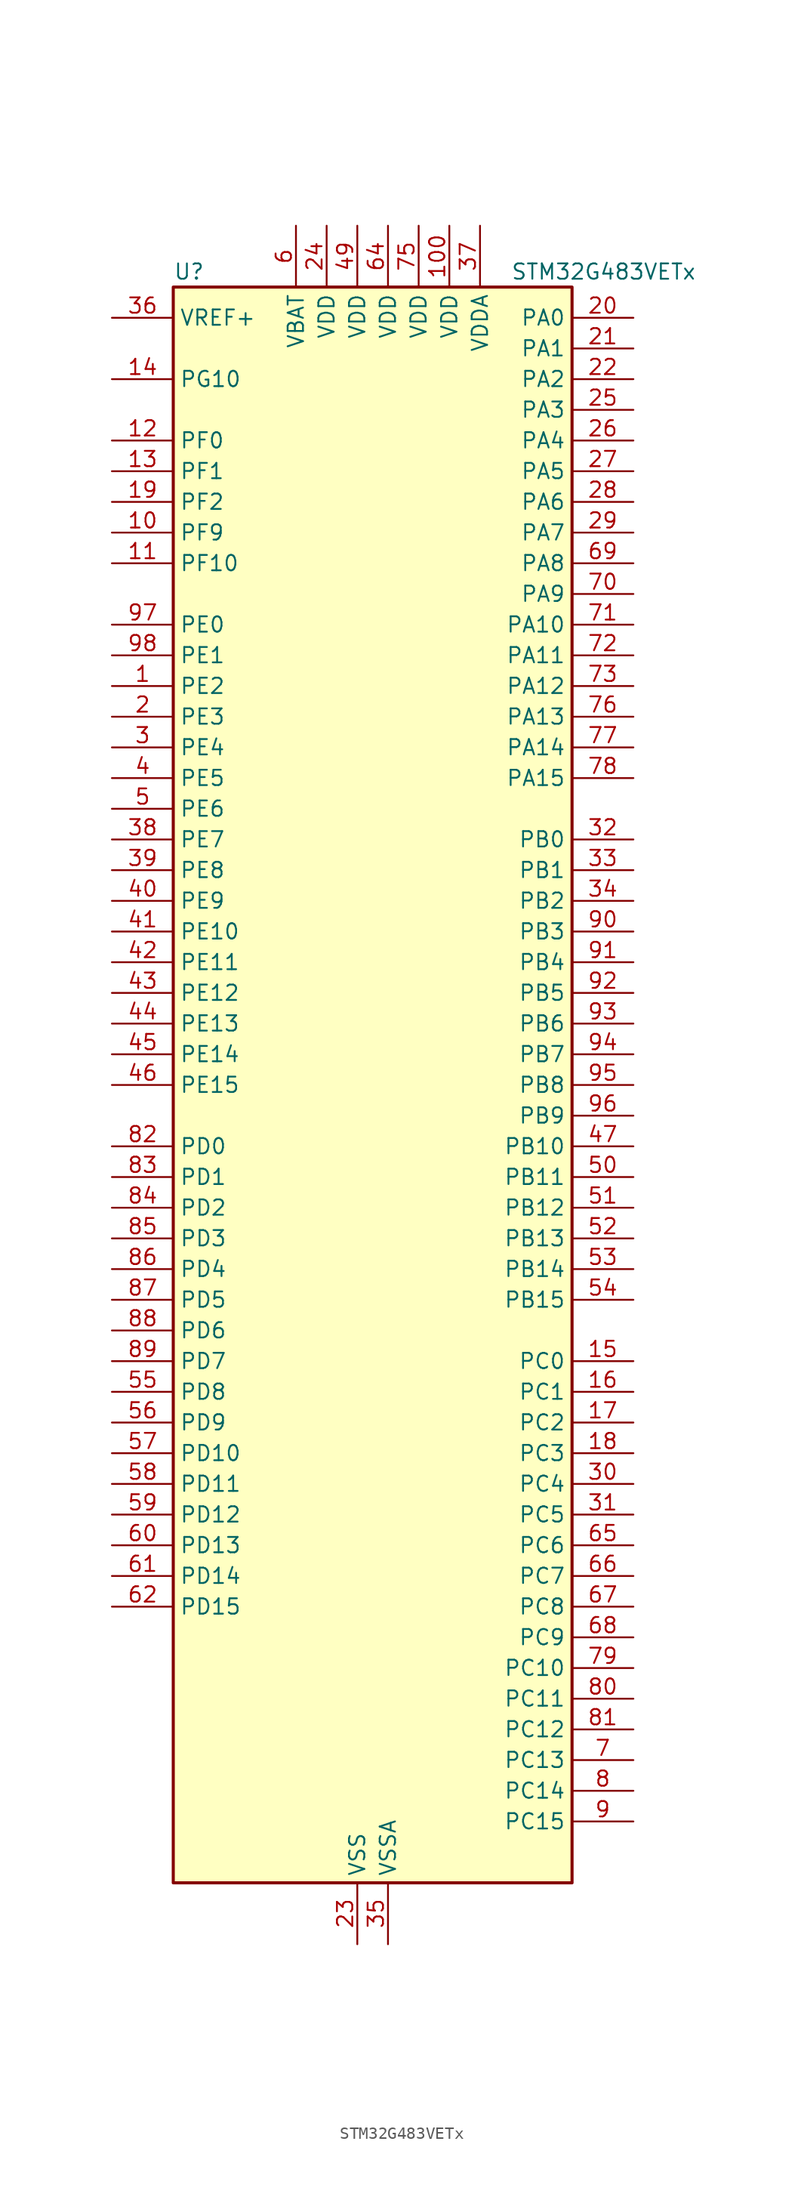
<source format=kicad_sym>
(kicad_symbol_lib
  (version 20220914)
  (generator kicad_symbol_editor)
  (symbol "STM32G483VETx"
    (property "Reference" "U"
      (at -15.24 67.31 0)
      (effects (font (size 1.27 1.27)) (justify left)))
    (property "Value" "STM32G483VETx"
      (at 12.7 67.31 0)
      (effects (font (size 1.27 1.27)) (justify left)))
    (property "ki_locked" ""
      (at 0 0 0)
      (effects (font (size 1.27 1.27))))
    (symbol "STM32G483VETx_0_1"
      (rectangle (start -15.24 -66.04) (end 17.78 66.04) (stroke (width 0.254) (type default)) (fill (type background))))
    (symbol "STM32G483VETx_1_1"
      (pin bidirectional line (at -20.32 33.02 0) (length 5.08) (name "PE2" (effects (font (size 1.27 1.27)))) (number "1" (effects (font (size 1.27 1.27)))) (alternate "ADC3_EXTI2" bidirectional line) (alternate "ADC4_EXTI2" bidirectional line) (alternate "ADC5_EXTI2" bidirectional line) (alternate "FMC_A23" bidirectional line) (alternate "SAI1_CK1" bidirectional line) (alternate "SAI1_MCLK_A" bidirectional line) (alternate "SPI4_SCK" bidirectional line) (alternate "SYS_TRACECLK" bidirectional line) (alternate "TIM20_CH1" bidirectional line) (alternate "TIM3_CH1" bidirectional line))
      (pin bidirectional line (at -20.32 45.72 0) (length 5.08) (name "PF9" (effects (font (size 1.27 1.27)))) (number "10" (effects (font (size 1.27 1.27)))) (alternate "DAC1_EXTI9" bidirectional line) (alternate "DAC2_EXTI9" bidirectional line) (alternate "DAC3_EXTI9" bidirectional line) (alternate "DAC4_EXTI9" bidirectional line) (alternate "FMC_A25" bidirectional line) (alternate "QUADSPI1_BK1_IO1" bidirectional line) (alternate "SAI1_FS_B" bidirectional line) (alternate "SPI2_SCK" bidirectional line) (alternate "TIM15_CH1" bidirectional line) (alternate "TIM20_BKIN" bidirectional line) (alternate "TIM5_CH4" bidirectional line))
      (pin power_in line (at 7.62 71.12 270) (length 5.08) (name "VDD" (effects (font (size 1.27 1.27)))) (number "100" (effects (font (size 1.27 1.27)))))
      (pin bidirectional line (at -20.32 43.18 0) (length 5.08) (name "PF10" (effects (font (size 1.27 1.27)))) (number "11" (effects (font (size 1.27 1.27)))) (alternate "DAC1_EXTI10" bidirectional line) (alternate "DAC2_EXTI10" bidirectional line) (alternate "DAC3_EXTI10" bidirectional line) (alternate "DAC4_EXTI10" bidirectional line) (alternate "FMC_A0" bidirectional line) (alternate "QUADSPI1_CLK" bidirectional line) (alternate "SAI1_D3" bidirectional line) (alternate "SPI2_SCK" bidirectional line) (alternate "TIM15_CH2" bidirectional line) (alternate "TIM20_BKIN2" bidirectional line))
      (pin bidirectional line (at -20.32 53.34 0) (length 5.08) (name "PF0" (effects (font (size 1.27 1.27)))) (number "12" (effects (font (size 1.27 1.27)))) (alternate "ADC1_IN10" bidirectional line) (alternate "I2C2_SDA" bidirectional line) (alternate "I2S2_WS" bidirectional line) (alternate "RCC_OSC_IN" bidirectional line) (alternate "SPI2_NSS" bidirectional line) (alternate "TIM1_CH3N" bidirectional line))
      (pin bidirectional line (at -20.32 50.8 0) (length 5.08) (name "PF1" (effects (font (size 1.27 1.27)))) (number "13" (effects (font (size 1.27 1.27)))) (alternate "ADC2_IN10" bidirectional line) (alternate "COMP3_INM" bidirectional line) (alternate "I2S2_CK" bidirectional line) (alternate "RCC_OSC_OUT" bidirectional line) (alternate "SPI2_SCK" bidirectional line))
      (pin bidirectional line (at -20.32 58.42 0) (length 5.08) (name "PG10" (effects (font (size 1.27 1.27)))) (number "14" (effects (font (size 1.27 1.27)))) (alternate "DAC1_EXTI10" bidirectional line) (alternate "DAC2_EXTI10" bidirectional line) (alternate "DAC3_EXTI10" bidirectional line) (alternate "DAC4_EXTI10" bidirectional line) (alternate "RCC_MCO" bidirectional line))
      (pin bidirectional line (at 22.86 -22.86 180) (length 5.08) (name "PC0" (effects (font (size 1.27 1.27)))) (number "15" (effects (font (size 1.27 1.27)))) (alternate "ADC1_IN6" bidirectional line) (alternate "ADC2_IN6" bidirectional line) (alternate "COMP3_INM" bidirectional line) (alternate "LPTIM1_IN1" bidirectional line) (alternate "LPUART1_RX" bidirectional line) (alternate "TIM1_CH1" bidirectional line))
      (pin bidirectional line (at 22.86 -25.4 180) (length 5.08) (name "PC1" (effects (font (size 1.27 1.27)))) (number "16" (effects (font (size 1.27 1.27)))) (alternate "ADC1_IN7" bidirectional line) (alternate "ADC2_IN7" bidirectional line) (alternate "COMP3_INP" bidirectional line) (alternate "LPTIM1_OUT" bidirectional line) (alternate "LPUART1_TX" bidirectional line) (alternate "QUADSPI1_BK2_IO0" bidirectional line) (alternate "SAI1_SD_A" bidirectional line) (alternate "TIM1_CH2" bidirectional line))
      (pin bidirectional line (at 22.86 -27.94 180) (length 5.08) (name "PC2" (effects (font (size 1.27 1.27)))) (number "17" (effects (font (size 1.27 1.27)))) (alternate "ADC1_IN8" bidirectional line) (alternate "ADC2_IN8" bidirectional line) (alternate "ADC3_EXTI2" bidirectional line) (alternate "ADC4_EXTI2" bidirectional line) (alternate "ADC5_EXTI2" bidirectional line) (alternate "COMP3_OUT" bidirectional line) (alternate "LPTIM1_IN2" bidirectional line) (alternate "QUADSPI1_BK2_IO1" bidirectional line) (alternate "TIM1_CH3" bidirectional line) (alternate "TIM20_CH2" bidirectional line))
      (pin bidirectional line (at 22.86 -30.48 180) (length 5.08) (name "PC3" (effects (font (size 1.27 1.27)))) (number "18" (effects (font (size 1.27 1.27)))) (alternate "ADC1_IN9" bidirectional line) (alternate "ADC2_IN9" bidirectional line) (alternate "ADC3_EXTI3" bidirectional line) (alternate "ADC4_EXTI3" bidirectional line) (alternate "ADC5_EXTI3" bidirectional line) (alternate "LPTIM1_ETR" bidirectional line) (alternate "OPAMP5_VINP" bidirectional line) (alternate "OPAMP5_VINP_SEC" bidirectional line) (alternate "QUADSPI1_BK2_IO2" bidirectional line) (alternate "SAI1_D1" bidirectional line) (alternate "SAI1_SD_A" bidirectional line) (alternate "TIM1_BKIN2" bidirectional line) (alternate "TIM1_CH4" bidirectional line))
      (pin bidirectional line (at -20.32 48.26 0) (length 5.08) (name "PF2" (effects (font (size 1.27 1.27)))) (number "19" (effects (font (size 1.27 1.27)))) (alternate "ADC3_EXTI2" bidirectional line) (alternate "ADC4_EXTI2" bidirectional line) (alternate "ADC5_EXTI2" bidirectional line) (alternate "FMC_A2" bidirectional line) (alternate "I2C2_SMBA" bidirectional line) (alternate "TIM20_CH3" bidirectional line))
      (pin bidirectional line (at -20.32 30.48 0) (length 5.08) (name "PE3" (effects (font (size 1.27 1.27)))) (number "2" (effects (font (size 1.27 1.27)))) (alternate "ADC3_EXTI3" bidirectional line) (alternate "ADC4_EXTI3" bidirectional line) (alternate "ADC5_EXTI3" bidirectional line) (alternate "FMC_A19" bidirectional line) (alternate "SAI1_SD_B" bidirectional line) (alternate "SPI4_NSS" bidirectional line) (alternate "SYS_TRACED0" bidirectional line) (alternate "TIM20_CH2" bidirectional line) (alternate "TIM3_CH2" bidirectional line))
      (pin bidirectional line (at 22.86 63.5 180) (length 5.08) (name "PA0" (effects (font (size 1.27 1.27)))) (number "20" (effects (font (size 1.27 1.27)))) (alternate "ADC1_IN1" bidirectional line) (alternate "ADC2_IN1" bidirectional line) (alternate "COMP1_INM" bidirectional line) (alternate "COMP1_OUT" bidirectional line) (alternate "COMP3_INP" bidirectional line) (alternate "RTC_TAMP2" bidirectional line) (alternate "SYS_WKUP1" bidirectional line) (alternate "TIM2_CH1" bidirectional line) (alternate "TIM2_ETR" bidirectional line) (alternate "TIM5_CH1" bidirectional line) (alternate "TIM8_BKIN" bidirectional line) (alternate "TIM8_ETR" bidirectional line) (alternate "USART2_CTS" bidirectional line) (alternate "USART2_NSS" bidirectional line))
      (pin bidirectional line (at 22.86 60.96 180) (length 5.08) (name "PA1" (effects (font (size 1.27 1.27)))) (number "21" (effects (font (size 1.27 1.27)))) (alternate "ADC1_IN2" bidirectional line) (alternate "ADC2_IN2" bidirectional line) (alternate "COMP1_INP" bidirectional line) (alternate "OPAMP1_VINP" bidirectional line) (alternate "OPAMP1_VINP_SEC" bidirectional line) (alternate "OPAMP3_VINP" bidirectional line) (alternate "OPAMP3_VINP_SEC" bidirectional line) (alternate "OPAMP6_VINM" bidirectional line) (alternate "OPAMP6_VINM0" bidirectional line) (alternate "OPAMP6_VINM_SEC" bidirectional line) (alternate "RTC_REFIN" bidirectional line) (alternate "TIM15_CH1N" bidirectional line) (alternate "TIM2_CH2" bidirectional line) (alternate "TIM5_CH2" bidirectional line) (alternate "USART2_DE" bidirectional line) (alternate "USART2_RTS" bidirectional line))
      (pin bidirectional line (at 22.86 58.42 180) (length 5.08) (name "PA2" (effects (font (size 1.27 1.27)))) (number "22" (effects (font (size 1.27 1.27)))) (alternate "ADC1_IN3" bidirectional line) (alternate "ADC3_EXTI2" bidirectional line) (alternate "ADC4_EXTI2" bidirectional line) (alternate "ADC5_EXTI2" bidirectional line) (alternate "COMP2_INM" bidirectional line) (alternate "COMP2_OUT" bidirectional line) (alternate "LPUART1_TX" bidirectional line) (alternate "OPAMP1_VOUT" bidirectional line) (alternate "QUADSPI1_BK1_NCS" bidirectional line) (alternate "RCC_LSCO" bidirectional line) (alternate "SYS_WKUP4" bidirectional line) (alternate "TIM15_CH1" bidirectional line) (alternate "TIM2_CH3" bidirectional line) (alternate "TIM5_CH3" bidirectional line) (alternate "UCPD1_FRSTX1" bidirectional line) (alternate "UCPD1_FRSTX2" bidirectional line) (alternate "USART2_TX" bidirectional line))
      (pin power_in line (at 0 -71.12 90) (length 5.08) (name "VSS" (effects (font (size 1.27 1.27)))) (number "23" (effects (font (size 1.27 1.27)))))
      (pin power_in line (at -2.54 71.12 270) (length 5.08) (name "VDD" (effects (font (size 1.27 1.27)))) (number "24" (effects (font (size 1.27 1.27)))))
      (pin bidirectional line (at 22.86 55.88 180) (length 5.08) (name "PA3" (effects (font (size 1.27 1.27)))) (number "25" (effects (font (size 1.27 1.27)))) (alternate "ADC1_IN4" bidirectional line) (alternate "ADC3_EXTI3" bidirectional line) (alternate "ADC4_EXTI3" bidirectional line) (alternate "ADC5_EXTI3" bidirectional line) (alternate "COMP2_INP" bidirectional line) (alternate "LPUART1_RX" bidirectional line) (alternate "OPAMP1_VINM" bidirectional line) (alternate "OPAMP1_VINM0" bidirectional line) (alternate "OPAMP1_VINM_SEC" bidirectional line) (alternate "OPAMP1_VINP" bidirectional line) (alternate "OPAMP1_VINP_SEC" bidirectional line) (alternate "OPAMP5_VINM" bidirectional line) (alternate "OPAMP5_VINM1" bidirectional line) (alternate "OPAMP5_VINM_SEC" bidirectional line) (alternate "QUADSPI1_CLK" bidirectional line) (alternate "SAI1_CK1" bidirectional line) (alternate "SAI1_MCLK_A" bidirectional line) (alternate "TIM15_CH2" bidirectional line) (alternate "TIM2_CH4" bidirectional line) (alternate "TIM5_CH4" bidirectional line) (alternate "USART2_RX" bidirectional line))
      (pin bidirectional line (at 22.86 53.34 180) (length 5.08) (name "PA4" (effects (font (size 1.27 1.27)))) (number "26" (effects (font (size 1.27 1.27)))) (alternate "ADC2_IN17" bidirectional line) (alternate "COMP1_INM" bidirectional line) (alternate "DAC1_OUT1" bidirectional line) (alternate "I2S3_WS" bidirectional line) (alternate "SAI1_FS_B" bidirectional line) (alternate "SPI1_NSS" bidirectional line) (alternate "SPI3_NSS" bidirectional line) (alternate "TIM3_CH2" bidirectional line) (alternate "USART2_CK" bidirectional line))
      (pin bidirectional line (at 22.86 50.8 180) (length 5.08) (name "PA5" (effects (font (size 1.27 1.27)))) (number "27" (effects (font (size 1.27 1.27)))) (alternate "ADC2_IN13" bidirectional line) (alternate "COMP2_INM" bidirectional line) (alternate "DAC1_OUT2" bidirectional line) (alternate "OPAMP2_VINM" bidirectional line) (alternate "OPAMP2_VINM0" bidirectional line) (alternate "OPAMP2_VINM_SEC" bidirectional line) (alternate "SPI1_SCK" bidirectional line) (alternate "TIM2_CH1" bidirectional line) (alternate "TIM2_ETR" bidirectional line) (alternate "UCPD1_FRSTX1" bidirectional line) (alternate "UCPD1_FRSTX2" bidirectional line))
      (pin bidirectional line (at 22.86 48.26 180) (length 5.08) (name "PA6" (effects (font (size 1.27 1.27)))) (number "28" (effects (font (size 1.27 1.27)))) (alternate "ADC2_IN3" bidirectional line) (alternate "COMP1_OUT" bidirectional line) (alternate "DAC2_OUT1" bidirectional line) (alternate "LPUART1_CTS" bidirectional line) (alternate "OPAMP2_VOUT" bidirectional line) (alternate "QUADSPI1_BK1_IO3" bidirectional line) (alternate "SPI1_MISO" bidirectional line) (alternate "TIM16_CH1" bidirectional line) (alternate "TIM1_BKIN" bidirectional line) (alternate "TIM3_CH1" bidirectional line) (alternate "TIM8_BKIN" bidirectional line))
      (pin bidirectional line (at 22.86 45.72 180) (length 5.08) (name "PA7" (effects (font (size 1.27 1.27)))) (number "29" (effects (font (size 1.27 1.27)))) (alternate "ADC2_IN4" bidirectional line) (alternate "COMP2_INP" bidirectional line) (alternate "COMP2_OUT" bidirectional line) (alternate "OPAMP1_VINP" bidirectional line) (alternate "OPAMP1_VINP_SEC" bidirectional line) (alternate "OPAMP2_VINP" bidirectional line) (alternate "OPAMP2_VINP_SEC" bidirectional line) (alternate "QUADSPI1_BK1_IO2" bidirectional line) (alternate "SPI1_MOSI" bidirectional line) (alternate "TIM17_CH1" bidirectional line) (alternate "TIM1_CH1N" bidirectional line) (alternate "TIM3_CH2" bidirectional line) (alternate "TIM8_CH1N" bidirectional line) (alternate "UCPD1_FRSTX1" bidirectional line) (alternate "UCPD1_FRSTX2" bidirectional line))
      (pin bidirectional line (at -20.32 27.94 0) (length 5.08) (name "PE4" (effects (font (size 1.27 1.27)))) (number "3" (effects (font (size 1.27 1.27)))) (alternate "FMC_A20" bidirectional line) (alternate "SAI1_D2" bidirectional line) (alternate "SAI1_FS_A" bidirectional line) (alternate "SPI4_NSS" bidirectional line) (alternate "SYS_TRACED1" bidirectional line) (alternate "TIM20_CH1N" bidirectional line) (alternate "TIM3_CH3" bidirectional line))
      (pin bidirectional line (at 22.86 -33.02 180) (length 5.08) (name "PC4" (effects (font (size 1.27 1.27)))) (number "30" (effects (font (size 1.27 1.27)))) (alternate "ADC2_IN5" bidirectional line) (alternate "I2C2_SCL" bidirectional line) (alternate "QUADSPI1_BK2_IO3" bidirectional line) (alternate "TIM1_ETR" bidirectional line) (alternate "USART1_TX" bidirectional line))
      (pin bidirectional line (at 22.86 -35.56 180) (length 5.08) (name "PC5" (effects (font (size 1.27 1.27)))) (number "31" (effects (font (size 1.27 1.27)))) (alternate "ADC2_IN11" bidirectional line) (alternate "OPAMP1_VINM" bidirectional line) (alternate "OPAMP1_VINM1" bidirectional line) (alternate "OPAMP1_VINM_SEC" bidirectional line) (alternate "OPAMP2_VINM" bidirectional line) (alternate "OPAMP2_VINM1" bidirectional line) (alternate "OPAMP2_VINM_SEC" bidirectional line) (alternate "SAI1_D3" bidirectional line) (alternate "SYS_WKUP5" bidirectional line) (alternate "TIM15_BKIN" bidirectional line) (alternate "TIM1_CH4N" bidirectional line) (alternate "USART1_RX" bidirectional line))
      (pin bidirectional line (at 22.86 20.32 180) (length 5.08) (name "PB0" (effects (font (size 1.27 1.27)))) (number "32" (effects (font (size 1.27 1.27)))) (alternate "ADC1_IN15" bidirectional line) (alternate "ADC3_IN12" bidirectional line) (alternate "COMP4_INP" bidirectional line) (alternate "OPAMP2_VINP" bidirectional line) (alternate "OPAMP2_VINP_SEC" bidirectional line) (alternate "OPAMP3_VINP" bidirectional line) (alternate "OPAMP3_VINP_SEC" bidirectional line) (alternate "QUADSPI1_BK1_IO1" bidirectional line) (alternate "TIM1_CH2N" bidirectional line) (alternate "TIM3_CH3" bidirectional line) (alternate "TIM8_CH2N" bidirectional line) (alternate "UCPD1_FRSTX1" bidirectional line) (alternate "UCPD1_FRSTX2" bidirectional line))
      (pin bidirectional line (at 22.86 17.78 180) (length 5.08) (name "PB1" (effects (font (size 1.27 1.27)))) (number "33" (effects (font (size 1.27 1.27)))) (alternate "ADC1_IN12" bidirectional line) (alternate "ADC3_IN1" bidirectional line) (alternate "COMP1_INP" bidirectional line) (alternate "COMP4_OUT" bidirectional line) (alternate "LPUART1_DE" bidirectional line) (alternate "LPUART1_RTS" bidirectional line) (alternate "OPAMP3_VOUT" bidirectional line) (alternate "OPAMP6_VINM" bidirectional line) (alternate "OPAMP6_VINM1" bidirectional line) (alternate "OPAMP6_VINM_SEC" bidirectional line) (alternate "QUADSPI1_BK1_IO0" bidirectional line) (alternate "TIM1_CH3N" bidirectional line) (alternate "TIM3_CH4" bidirectional line) (alternate "TIM8_CH3N" bidirectional line))
      (pin bidirectional line (at 22.86 15.24 180) (length 5.08) (name "PB2" (effects (font (size 1.27 1.27)))) (number "34" (effects (font (size 1.27 1.27)))) (alternate "ADC2_IN12" bidirectional line) (alternate "ADC3_EXTI2" bidirectional line) (alternate "ADC4_EXTI2" bidirectional line) (alternate "ADC5_EXTI2" bidirectional line) (alternate "COMP4_INM" bidirectional line) (alternate "I2C3_SMBA" bidirectional line) (alternate "LPTIM1_OUT" bidirectional line) (alternate "OPAMP3_VINM" bidirectional line) (alternate "OPAMP3_VINM0" bidirectional line) (alternate "OPAMP3_VINM_SEC" bidirectional line) (alternate "QUADSPI1_BK2_IO1" bidirectional line) (alternate "RTC_OUT2" bidirectional line) (alternate "TIM20_CH1" bidirectional line) (alternate "TIM5_CH1" bidirectional line))
      (pin power_in line (at 2.54 -71.12 90) (length 5.08) (name "VSSA" (effects (font (size 1.27 1.27)))) (number "35" (effects (font (size 1.27 1.27)))))
      (pin input line (at -20.32 63.5 0) (length 5.08) (name "VREF+" (effects (font (size 1.27 1.27)))) (number "36" (effects (font (size 1.27 1.27)))) (alternate "VREFBUF_OUT" bidirectional line))
      (pin power_in line (at 10.16 71.12 270) (length 5.08) (name "VDDA" (effects (font (size 1.27 1.27)))) (number "37" (effects (font (size 1.27 1.27)))))
      (pin bidirectional line (at -20.32 20.32 0) (length 5.08) (name "PE7" (effects (font (size 1.27 1.27)))) (number "38" (effects (font (size 1.27 1.27)))) (alternate "ADC3_IN4" bidirectional line) (alternate "COMP4_INP" bidirectional line) (alternate "FMC_D4" bidirectional line) (alternate "FMC_DA4" bidirectional line) (alternate "SAI1_SD_B" bidirectional line) (alternate "TIM1_ETR" bidirectional line))
      (pin bidirectional line (at -20.32 17.78 0) (length 5.08) (name "PE8" (effects (font (size 1.27 1.27)))) (number "39" (effects (font (size 1.27 1.27)))) (alternate "ADC3_IN6" bidirectional line) (alternate "ADC4_IN6" bidirectional line) (alternate "ADC5_IN6" bidirectional line) (alternate "COMP4_INM" bidirectional line) (alternate "FMC_D5" bidirectional line) (alternate "FMC_DA5" bidirectional line) (alternate "SAI1_SCK_B" bidirectional line) (alternate "TIM1_CH1N" bidirectional line) (alternate "TIM5_CH3" bidirectional line))
      (pin bidirectional line (at -20.32 25.4 0) (length 5.08) (name "PE5" (effects (font (size 1.27 1.27)))) (number "4" (effects (font (size 1.27 1.27)))) (alternate "FMC_A21" bidirectional line) (alternate "SAI1_CK2" bidirectional line) (alternate "SAI1_SCK_A" bidirectional line) (alternate "SPI4_MISO" bidirectional line) (alternate "SYS_TRACED2" bidirectional line) (alternate "TIM20_CH2N" bidirectional line) (alternate "TIM3_CH4" bidirectional line))
      (pin bidirectional line (at -20.32 15.24 0) (length 5.08) (name "PE9" (effects (font (size 1.27 1.27)))) (number "40" (effects (font (size 1.27 1.27)))) (alternate "ADC3_IN2" bidirectional line) (alternate "DAC1_EXTI9" bidirectional line) (alternate "DAC2_EXTI9" bidirectional line) (alternate "DAC3_EXTI9" bidirectional line) (alternate "DAC4_EXTI9" bidirectional line) (alternate "FMC_D6" bidirectional line) (alternate "FMC_DA6" bidirectional line) (alternate "SAI1_FS_B" bidirectional line) (alternate "TIM1_CH1" bidirectional line) (alternate "TIM5_CH4" bidirectional line))
      (pin bidirectional line (at -20.32 12.7 0) (length 5.08) (name "PE10" (effects (font (size 1.27 1.27)))) (number "41" (effects (font (size 1.27 1.27)))) (alternate "ADC3_IN14" bidirectional line) (alternate "ADC4_IN14" bidirectional line) (alternate "ADC5_IN14" bidirectional line) (alternate "DAC1_EXTI10" bidirectional line) (alternate "DAC2_EXTI10" bidirectional line) (alternate "DAC3_EXTI10" bidirectional line) (alternate "DAC4_EXTI10" bidirectional line) (alternate "FMC_D7" bidirectional line) (alternate "FMC_DA7" bidirectional line) (alternate "QUADSPI1_CLK" bidirectional line) (alternate "SAI1_MCLK_B" bidirectional line) (alternate "TIM1_CH2N" bidirectional line))
      (pin bidirectional line (at -20.32 10.16 0) (length 5.08) (name "PE11" (effects (font (size 1.27 1.27)))) (number "42" (effects (font (size 1.27 1.27)))) (alternate "ADC1_EXTI11" bidirectional line) (alternate "ADC2_EXTI11" bidirectional line) (alternate "ADC3_IN15" bidirectional line) (alternate "ADC4_IN15" bidirectional line) (alternate "ADC5_IN15" bidirectional line) (alternate "FMC_D8" bidirectional line) (alternate "FMC_DA8" bidirectional line) (alternate "QUADSPI1_BK1_NCS" bidirectional line) (alternate "SPI4_NSS" bidirectional line) (alternate "TIM1_CH2" bidirectional line))
      (pin bidirectional line (at -20.32 7.62 0) (length 5.08) (name "PE12" (effects (font (size 1.27 1.27)))) (number "43" (effects (font (size 1.27 1.27)))) (alternate "ADC3_IN16" bidirectional line) (alternate "ADC4_IN16" bidirectional line) (alternate "ADC5_IN16" bidirectional line) (alternate "FMC_D9" bidirectional line) (alternate "FMC_DA9" bidirectional line) (alternate "QUADSPI1_BK1_IO0" bidirectional line) (alternate "SPI4_SCK" bidirectional line) (alternate "TIM1_CH3N" bidirectional line))
      (pin bidirectional line (at -20.32 5.08 0) (length 5.08) (name "PE13" (effects (font (size 1.27 1.27)))) (number "44" (effects (font (size 1.27 1.27)))) (alternate "ADC3_IN3" bidirectional line) (alternate "FMC_D10" bidirectional line) (alternate "FMC_DA10" bidirectional line) (alternate "QUADSPI1_BK1_IO1" bidirectional line) (alternate "SPI4_MISO" bidirectional line) (alternate "TIM1_CH3" bidirectional line))
      (pin bidirectional line (at -20.32 2.54 0) (length 5.08) (name "PE14" (effects (font (size 1.27 1.27)))) (number "45" (effects (font (size 1.27 1.27)))) (alternate "ADC4_IN1" bidirectional line) (alternate "FMC_D11" bidirectional line) (alternate "FMC_DA11" bidirectional line) (alternate "QUADSPI1_BK1_IO2" bidirectional line) (alternate "SPI4_MOSI" bidirectional line) (alternate "TIM1_BKIN2" bidirectional line) (alternate "TIM1_CH4" bidirectional line))
      (pin bidirectional line (at -20.32 0 0) (length 5.08) (name "PE15" (effects (font (size 1.27 1.27)))) (number "46" (effects (font (size 1.27 1.27)))) (alternate "ADC1_EXTI15" bidirectional line) (alternate "ADC2_EXTI15" bidirectional line) (alternate "ADC4_IN2" bidirectional line) (alternate "FMC_D12" bidirectional line) (alternate "FMC_DA12" bidirectional line) (alternate "QUADSPI1_BK1_IO3" bidirectional line) (alternate "TIM1_BKIN" bidirectional line) (alternate "TIM1_CH4N" bidirectional line) (alternate "USART3_RX" bidirectional line))
      (pin bidirectional line (at 22.86 -5.08 180) (length 5.08) (name "PB10" (effects (font (size 1.27 1.27)))) (number "47" (effects (font (size 1.27 1.27)))) (alternate "COMP5_INM" bidirectional line) (alternate "DAC1_EXTI10" bidirectional line) (alternate "DAC2_EXTI10" bidirectional line) (alternate "DAC3_EXTI10" bidirectional line) (alternate "DAC4_EXTI10" bidirectional line) (alternate "LPUART1_RX" bidirectional line) (alternate "OPAMP3_VINM" bidirectional line) (alternate "OPAMP3_VINM1" bidirectional line) (alternate "OPAMP3_VINM_SEC" bidirectional line) (alternate "OPAMP4_VINM" bidirectional line) (alternate "OPAMP4_VINM0" bidirectional line) (alternate "OPAMP4_VINM_SEC" bidirectional line) (alternate "QUADSPI1_CLK" bidirectional line) (alternate "SAI1_SCK_A" bidirectional line) (alternate "TIM1_BKIN" bidirectional line) (alternate "TIM2_CH3" bidirectional line) (alternate "USART3_TX" bidirectional line))
      (pin passive line (at 0 -71.12 90) (length 5.08) hide (name "VSS" (effects (font (size 1.27 1.27)))) (number "48" (effects (font (size 1.27 1.27)))))
      (pin power_in line (at 0 71.12 270) (length 5.08) (name "VDD" (effects (font (size 1.27 1.27)))) (number "49" (effects (font (size 1.27 1.27)))))
      (pin bidirectional line (at -20.32 22.86 0) (length 5.08) (name "PE6" (effects (font (size 1.27 1.27)))) (number "5" (effects (font (size 1.27 1.27)))) (alternate "FMC_A22" bidirectional line) (alternate "RTC_TAMP3" bidirectional line) (alternate "SAI1_D1" bidirectional line) (alternate "SAI1_SD_A" bidirectional line) (alternate "SPI4_MOSI" bidirectional line) (alternate "SYS_TRACED3" bidirectional line) (alternate "SYS_WKUP3" bidirectional line) (alternate "TIM20_CH3N" bidirectional line))
      (pin bidirectional line (at 22.86 -7.62 180) (length 5.08) (name "PB11" (effects (font (size 1.27 1.27)))) (number "50" (effects (font (size 1.27 1.27)))) (alternate "ADC1_EXTI11" bidirectional line) (alternate "ADC1_IN14" bidirectional line) (alternate "ADC2_EXTI11" bidirectional line) (alternate "ADC2_IN14" bidirectional line) (alternate "COMP6_INP" bidirectional line) (alternate "LPUART1_TX" bidirectional line) (alternate "OPAMP4_VINP" bidirectional line) (alternate "OPAMP4_VINP_SEC" bidirectional line) (alternate "OPAMP6_VOUT" bidirectional line) (alternate "QUADSPI1_BK1_NCS" bidirectional line) (alternate "TIM2_CH4" bidirectional line) (alternate "USART3_RX" bidirectional line))
      (pin bidirectional line (at 22.86 -10.16 180) (length 5.08) (name "PB12" (effects (font (size 1.27 1.27)))) (number "51" (effects (font (size 1.27 1.27)))) (alternate "ADC1_IN11" bidirectional line) (alternate "ADC4_IN3" bidirectional line) (alternate "COMP7_INM" bidirectional line) (alternate "FDCAN2_RX" bidirectional line) (alternate "I2C2_SMBA" bidirectional line) (alternate "I2S2_WS" bidirectional line) (alternate "LPUART1_DE" bidirectional line) (alternate "LPUART1_RTS" bidirectional line) (alternate "OPAMP4_VOUT" bidirectional line) (alternate "OPAMP6_VINP" bidirectional line) (alternate "OPAMP6_VINP_SEC" bidirectional line) (alternate "SPI2_NSS" bidirectional line) (alternate "TIM1_BKIN" bidirectional line) (alternate "TIM5_ETR" bidirectional line) (alternate "USART3_CK" bidirectional line))
      (pin bidirectional line (at 22.86 -12.7 180) (length 5.08) (name "PB13" (effects (font (size 1.27 1.27)))) (number "52" (effects (font (size 1.27 1.27)))) (alternate "ADC3_IN5" bidirectional line) (alternate "COMP5_INP" bidirectional line) (alternate "FDCAN2_TX" bidirectional line) (alternate "I2S2_CK" bidirectional line) (alternate "LPUART1_CTS" bidirectional line) (alternate "OPAMP3_VINP" bidirectional line) (alternate "OPAMP3_VINP_SEC" bidirectional line) (alternate "OPAMP4_VINP" bidirectional line) (alternate "OPAMP4_VINP_SEC" bidirectional line) (alternate "OPAMP6_VINP" bidirectional line) (alternate "OPAMP6_VINP_SEC" bidirectional line) (alternate "SPI2_SCK" bidirectional line) (alternate "TIM1_CH1N" bidirectional line) (alternate "USART3_CTS" bidirectional line) (alternate "USART3_NSS" bidirectional line))
      (pin bidirectional line (at 22.86 -15.24 180) (length 5.08) (name "PB14" (effects (font (size 1.27 1.27)))) (number "53" (effects (font (size 1.27 1.27)))) (alternate "ADC1_IN5" bidirectional line) (alternate "ADC4_IN4" bidirectional line) (alternate "COMP4_OUT" bidirectional line) (alternate "COMP7_INP" bidirectional line) (alternate "OPAMP2_VINP" bidirectional line) (alternate "OPAMP2_VINP_SEC" bidirectional line) (alternate "OPAMP5_VINP" bidirectional line) (alternate "OPAMP5_VINP_SEC" bidirectional line) (alternate "SPI2_MISO" bidirectional line) (alternate "TIM15_CH1" bidirectional line) (alternate "TIM1_CH2N" bidirectional line) (alternate "USART3_DE" bidirectional line) (alternate "USART3_RTS" bidirectional line))
      (pin bidirectional line (at 22.86 -17.78 180) (length 5.08) (name "PB15" (effects (font (size 1.27 1.27)))) (number "54" (effects (font (size 1.27 1.27)))) (alternate "ADC1_EXTI15" bidirectional line) (alternate "ADC2_EXTI15" bidirectional line) (alternate "ADC2_IN15" bidirectional line) (alternate "ADC4_IN5" bidirectional line) (alternate "COMP3_OUT" bidirectional line) (alternate "COMP6_INM" bidirectional line) (alternate "I2S2_SD" bidirectional line) (alternate "OPAMP5_VINM" bidirectional line) (alternate "OPAMP5_VINM0" bidirectional line) (alternate "OPAMP5_VINM_SEC" bidirectional line) (alternate "RTC_REFIN" bidirectional line) (alternate "SPI2_MOSI" bidirectional line) (alternate "TIM15_CH1N" bidirectional line) (alternate "TIM15_CH2" bidirectional line) (alternate "TIM1_CH3N" bidirectional line))
      (pin bidirectional line (at -20.32 -25.4 0) (length 5.08) (name "PD8" (effects (font (size 1.27 1.27)))) (number "55" (effects (font (size 1.27 1.27)))) (alternate "ADC4_IN12" bidirectional line) (alternate "ADC5_IN12" bidirectional line) (alternate "FMC_D13" bidirectional line) (alternate "FMC_DA13" bidirectional line) (alternate "OPAMP4_VINM" bidirectional line) (alternate "OPAMP4_VINM1" bidirectional line) (alternate "OPAMP4_VINM_SEC" bidirectional line) (alternate "USART3_TX" bidirectional line))
      (pin bidirectional line (at -20.32 -27.94 0) (length 5.08) (name "PD9" (effects (font (size 1.27 1.27)))) (number "56" (effects (font (size 1.27 1.27)))) (alternate "ADC4_IN13" bidirectional line) (alternate "ADC5_IN13" bidirectional line) (alternate "DAC1_EXTI9" bidirectional line) (alternate "DAC2_EXTI9" bidirectional line) (alternate "DAC3_EXTI9" bidirectional line) (alternate "DAC4_EXTI9" bidirectional line) (alternate "FMC_D14" bidirectional line) (alternate "FMC_DA14" bidirectional line) (alternate "OPAMP6_VINP" bidirectional line) (alternate "OPAMP6_VINP_SEC" bidirectional line) (alternate "USART3_RX" bidirectional line))
      (pin bidirectional line (at -20.32 -30.48 0) (length 5.08) (name "PD10" (effects (font (size 1.27 1.27)))) (number "57" (effects (font (size 1.27 1.27)))) (alternate "ADC3_IN7" bidirectional line) (alternate "ADC4_IN7" bidirectional line) (alternate "ADC5_IN7" bidirectional line) (alternate "COMP6_INM" bidirectional line) (alternate "DAC1_EXTI10" bidirectional line) (alternate "DAC2_EXTI10" bidirectional line) (alternate "DAC3_EXTI10" bidirectional line) (alternate "DAC4_EXTI10" bidirectional line) (alternate "FMC_D15" bidirectional line) (alternate "FMC_DA15" bidirectional line) (alternate "USART3_CK" bidirectional line))
      (pin bidirectional line (at -20.32 -33.02 0) (length 5.08) (name "PD11" (effects (font (size 1.27 1.27)))) (number "58" (effects (font (size 1.27 1.27)))) (alternate "ADC1_EXTI11" bidirectional line) (alternate "ADC2_EXTI11" bidirectional line) (alternate "ADC3_IN8" bidirectional line) (alternate "ADC4_IN8" bidirectional line) (alternate "ADC5_IN8" bidirectional line) (alternate "COMP6_INP" bidirectional line) (alternate "FMC_A16" bidirectional line) (alternate "FMC_CLE" bidirectional line) (alternate "I2C4_SMBA" bidirectional line) (alternate "OPAMP4_VINP" bidirectional line) (alternate "OPAMP4_VINP_SEC" bidirectional line) (alternate "TIM5_ETR" bidirectional line) (alternate "USART3_CTS" bidirectional line) (alternate "USART3_NSS" bidirectional line))
      (pin bidirectional line (at -20.32 -35.56 0) (length 5.08) (name "PD12" (effects (font (size 1.27 1.27)))) (number "59" (effects (font (size 1.27 1.27)))) (alternate "ADC3_IN9" bidirectional line) (alternate "ADC4_IN9" bidirectional line) (alternate "ADC5_IN9" bidirectional line) (alternate "COMP5_INP" bidirectional line) (alternate "FMC_A17" bidirectional line) (alternate "FMC_ALE" bidirectional line) (alternate "OPAMP5_VINP" bidirectional line) (alternate "OPAMP5_VINP_SEC" bidirectional line) (alternate "TIM4_CH1" bidirectional line) (alternate "USART3_DE" bidirectional line) (alternate "USART3_RTS" bidirectional line))
      (pin power_in line (at -5.08 71.12 270) (length 5.08) (name "VBAT" (effects (font (size 1.27 1.27)))) (number "6" (effects (font (size 1.27 1.27)))))
      (pin bidirectional line (at -20.32 -38.1 0) (length 5.08) (name "PD13" (effects (font (size 1.27 1.27)))) (number "60" (effects (font (size 1.27 1.27)))) (alternate "ADC3_IN10" bidirectional line) (alternate "ADC4_IN10" bidirectional line) (alternate "ADC5_IN10" bidirectional line) (alternate "COMP5_INM" bidirectional line) (alternate "FMC_A18" bidirectional line) (alternate "TIM4_CH2" bidirectional line))
      (pin bidirectional line (at -20.32 -40.64 0) (length 5.08) (name "PD14" (effects (font (size 1.27 1.27)))) (number "61" (effects (font (size 1.27 1.27)))) (alternate "ADC3_IN11" bidirectional line) (alternate "ADC4_IN11" bidirectional line) (alternate "ADC5_IN11" bidirectional line) (alternate "COMP7_INP" bidirectional line) (alternate "FMC_D0" bidirectional line) (alternate "FMC_DA0" bidirectional line) (alternate "OPAMP2_VINP" bidirectional line) (alternate "OPAMP2_VINP_SEC" bidirectional line) (alternate "TIM4_CH3" bidirectional line))
      (pin bidirectional line (at -20.32 -43.18 0) (length 5.08) (name "PD15" (effects (font (size 1.27 1.27)))) (number "62" (effects (font (size 1.27 1.27)))) (alternate "ADC1_EXTI15" bidirectional line) (alternate "ADC2_EXTI15" bidirectional line) (alternate "COMP7_INM" bidirectional line) (alternate "FMC_D1" bidirectional line) (alternate "FMC_DA1" bidirectional line) (alternate "SPI2_NSS" bidirectional line) (alternate "TIM4_CH4" bidirectional line))
      (pin passive line (at 0 -71.12 90) (length 5.08) hide (name "VSS" (effects (font (size 1.27 1.27)))) (number "63" (effects (font (size 1.27 1.27)))))
      (pin power_in line (at 2.54 71.12 270) (length 5.08) (name "VDD" (effects (font (size 1.27 1.27)))) (number "64" (effects (font (size 1.27 1.27)))))
      (pin bidirectional line (at 22.86 -38.1 180) (length 5.08) (name "PC6" (effects (font (size 1.27 1.27)))) (number "65" (effects (font (size 1.27 1.27)))) (alternate "COMP6_OUT" bidirectional line) (alternate "I2C4_SCL" bidirectional line) (alternate "I2S2_MCK" bidirectional line) (alternate "TIM3_CH1" bidirectional line) (alternate "TIM8_CH1" bidirectional line))
      (pin bidirectional line (at 22.86 -40.64 180) (length 5.08) (name "PC7" (effects (font (size 1.27 1.27)))) (number "66" (effects (font (size 1.27 1.27)))) (alternate "COMP5_OUT" bidirectional line) (alternate "I2C4_SDA" bidirectional line) (alternate "I2S3_MCK" bidirectional line) (alternate "TIM3_CH2" bidirectional line) (alternate "TIM8_CH2" bidirectional line))
      (pin bidirectional line (at 22.86 -43.18 180) (length 5.08) (name "PC8" (effects (font (size 1.27 1.27)))) (number "67" (effects (font (size 1.27 1.27)))) (alternate "COMP7_OUT" bidirectional line) (alternate "I2C3_SCL" bidirectional line) (alternate "TIM20_CH3" bidirectional line) (alternate "TIM3_CH3" bidirectional line) (alternate "TIM8_CH3" bidirectional line))
      (pin bidirectional line (at 22.86 -45.72 180) (length 5.08) (name "PC9" (effects (font (size 1.27 1.27)))) (number "68" (effects (font (size 1.27 1.27)))) (alternate "DAC1_EXTI9" bidirectional line) (alternate "DAC2_EXTI9" bidirectional line) (alternate "DAC3_EXTI9" bidirectional line) (alternate "DAC4_EXTI9" bidirectional line) (alternate "I2C3_SDA" bidirectional line) (alternate "I2S_CKIN" bidirectional line) (alternate "TIM3_CH4" bidirectional line) (alternate "TIM8_BKIN2" bidirectional line) (alternate "TIM8_CH4" bidirectional line))
      (pin bidirectional line (at 22.86 43.18 180) (length 5.08) (name "PA8" (effects (font (size 1.27 1.27)))) (number "69" (effects (font (size 1.27 1.27)))) (alternate "ADC5_IN1" bidirectional line) (alternate "COMP7_OUT" bidirectional line) (alternate "FDCAN3_RX" bidirectional line) (alternate "I2C2_SDA" bidirectional line) (alternate "I2C3_SCL" bidirectional line) (alternate "I2S2_MCK" bidirectional line) (alternate "OPAMP5_VOUT" bidirectional line) (alternate "RCC_MCO" bidirectional line) (alternate "SAI1_CK2" bidirectional line) (alternate "SAI1_SCK_A" bidirectional line) (alternate "TIM1_CH1" bidirectional line) (alternate "TIM4_ETR" bidirectional line) (alternate "USART1_CK" bidirectional line))
      (pin bidirectional line (at 22.86 -55.88 180) (length 5.08) (name "PC13" (effects (font (size 1.27 1.27)))) (number "7" (effects (font (size 1.27 1.27)))) (alternate "RTC_OUT1" bidirectional line) (alternate "RTC_TAMP1" bidirectional line) (alternate "RTC_TS" bidirectional line) (alternate "SYS_WKUP2" bidirectional line) (alternate "TIM1_BKIN" bidirectional line) (alternate "TIM1_CH1N" bidirectional line) (alternate "TIM8_CH4N" bidirectional line))
      (pin bidirectional line (at 22.86 40.64 180) (length 5.08) (name "PA9" (effects (font (size 1.27 1.27)))) (number "70" (effects (font (size 1.27 1.27)))) (alternate "ADC5_IN2" bidirectional line) (alternate "COMP5_OUT" bidirectional line) (alternate "DAC1_EXTI9" bidirectional line) (alternate "DAC2_EXTI9" bidirectional line) (alternate "DAC3_EXTI9" bidirectional line) (alternate "DAC4_EXTI9" bidirectional line) (alternate "I2C2_SCL" bidirectional line) (alternate "I2C3_SMBA" bidirectional line) (alternate "I2S3_MCK" bidirectional line) (alternate "SAI1_FS_A" bidirectional line) (alternate "TIM15_BKIN" bidirectional line) (alternate "TIM1_CH2" bidirectional line) (alternate "TIM2_CH3" bidirectional line) (alternate "UCPD1_DBCC1" bidirectional line) (alternate "USART1_TX" bidirectional line))
      (pin bidirectional line (at 22.86 38.1 180) (length 5.08) (name "PA10" (effects (font (size 1.27 1.27)))) (number "71" (effects (font (size 1.27 1.27)))) (alternate "COMP6_OUT" bidirectional line) (alternate "CRS_SYNC" bidirectional line) (alternate "DAC1_EXTI10" bidirectional line) (alternate "DAC2_EXTI10" bidirectional line) (alternate "DAC3_EXTI10" bidirectional line) (alternate "DAC4_EXTI10" bidirectional line) (alternate "I2C2_SMBA" bidirectional line) (alternate "SAI1_D1" bidirectional line) (alternate "SAI1_SD_A" bidirectional line) (alternate "SPI2_MISO" bidirectional line) (alternate "TIM17_BKIN" bidirectional line) (alternate "TIM1_CH3" bidirectional line) (alternate "TIM2_CH4" bidirectional line) (alternate "TIM8_BKIN" bidirectional line) (alternate "UCPD1_DBCC2" bidirectional line) (alternate "USART1_RX" bidirectional line))
      (pin bidirectional line (at 22.86 35.56 180) (length 5.08) (name "PA11" (effects (font (size 1.27 1.27)))) (number "72" (effects (font (size 1.27 1.27)))) (alternate "ADC1_EXTI11" bidirectional line) (alternate "ADC2_EXTI11" bidirectional line) (alternate "COMP1_OUT" bidirectional line) (alternate "FDCAN1_RX" bidirectional line) (alternate "I2S2_SD" bidirectional line) (alternate "SPI2_MOSI" bidirectional line) (alternate "TIM1_BKIN2" bidirectional line) (alternate "TIM1_CH1N" bidirectional line) (alternate "TIM1_CH4" bidirectional line) (alternate "TIM4_CH1" bidirectional line) (alternate "USART1_CTS" bidirectional line) (alternate "USART1_NSS" bidirectional line) (alternate "USB_DM" bidirectional line))
      (pin bidirectional line (at 22.86 33.02 180) (length 5.08) (name "PA12" (effects (font (size 1.27 1.27)))) (number "73" (effects (font (size 1.27 1.27)))) (alternate "COMP2_OUT" bidirectional line) (alternate "FDCAN1_TX" bidirectional line) (alternate "I2S_CKIN" bidirectional line) (alternate "TIM16_CH1" bidirectional line) (alternate "TIM1_CH2N" bidirectional line) (alternate "TIM1_ETR" bidirectional line) (alternate "TIM4_CH2" bidirectional line) (alternate "USART1_DE" bidirectional line) (alternate "USART1_RTS" bidirectional line) (alternate "USB_DP" bidirectional line))
      (pin passive line (at 0 -71.12 90) (length 5.08) hide (name "VSS" (effects (font (size 1.27 1.27)))) (number "74" (effects (font (size 1.27 1.27)))))
      (pin power_in line (at 5.08 71.12 270) (length 5.08) (name "VDD" (effects (font (size 1.27 1.27)))) (number "75" (effects (font (size 1.27 1.27)))))
      (pin bidirectional line (at 22.86 30.48 180) (length 5.08) (name "PA13" (effects (font (size 1.27 1.27)))) (number "76" (effects (font (size 1.27 1.27)))) (alternate "I2C1_SCL" bidirectional line) (alternate "I2C4_SCL" bidirectional line) (alternate "IR_OUT" bidirectional line) (alternate "SAI1_SD_B" bidirectional line) (alternate "SYS_JTMS-SWDIO" bidirectional line) (alternate "TIM16_CH1N" bidirectional line) (alternate "TIM4_CH3" bidirectional line) (alternate "USART3_CTS" bidirectional line) (alternate "USART3_NSS" bidirectional line))
      (pin bidirectional line (at 22.86 27.94 180) (length 5.08) (name "PA14" (effects (font (size 1.27 1.27)))) (number "77" (effects (font (size 1.27 1.27)))) (alternate "I2C1_SDA" bidirectional line) (alternate "I2C4_SMBA" bidirectional line) (alternate "LPTIM1_OUT" bidirectional line) (alternate "SAI1_FS_B" bidirectional line) (alternate "SYS_JTCK-SWCLK" bidirectional line) (alternate "TIM1_BKIN" bidirectional line) (alternate "TIM8_CH2" bidirectional line) (alternate "USART2_TX" bidirectional line))
      (pin bidirectional line (at 22.86 25.4 180) (length 5.08) (name "PA15" (effects (font (size 1.27 1.27)))) (number "78" (effects (font (size 1.27 1.27)))) (alternate "ADC1_EXTI15" bidirectional line) (alternate "ADC2_EXTI15" bidirectional line) (alternate "FDCAN3_TX" bidirectional line) (alternate "I2C1_SCL" bidirectional line) (alternate "I2S3_WS" bidirectional line) (alternate "SPI1_NSS" bidirectional line) (alternate "SPI3_NSS" bidirectional line) (alternate "SYS_JTDI" bidirectional line) (alternate "TIM1_BKIN" bidirectional line) (alternate "TIM2_CH1" bidirectional line) (alternate "TIM2_ETR" bidirectional line) (alternate "TIM8_CH1" bidirectional line) (alternate "UART4_DE" bidirectional line) (alternate "UART4_RTS" bidirectional line) (alternate "USART2_RX" bidirectional line))
      (pin bidirectional line (at 22.86 -48.26 180) (length 5.08) (name "PC10" (effects (font (size 1.27 1.27)))) (number "79" (effects (font (size 1.27 1.27)))) (alternate "DAC1_EXTI10" bidirectional line) (alternate "DAC2_EXTI10" bidirectional line) (alternate "DAC3_EXTI10" bidirectional line) (alternate "DAC4_EXTI10" bidirectional line) (alternate "I2S3_CK" bidirectional line) (alternate "SPI3_SCK" bidirectional line) (alternate "TIM8_CH1N" bidirectional line) (alternate "UART4_TX" bidirectional line) (alternate "USART3_TX" bidirectional line))
      (pin bidirectional line (at 22.86 -58.42 180) (length 5.08) (name "PC14" (effects (font (size 1.27 1.27)))) (number "8" (effects (font (size 1.27 1.27)))) (alternate "RCC_OSC32_IN" bidirectional line))
      (pin bidirectional line (at 22.86 -50.8 180) (length 5.08) (name "PC11" (effects (font (size 1.27 1.27)))) (number "80" (effects (font (size 1.27 1.27)))) (alternate "ADC1_EXTI11" bidirectional line) (alternate "ADC2_EXTI11" bidirectional line) (alternate "I2C3_SDA" bidirectional line) (alternate "SPI3_MISO" bidirectional line) (alternate "TIM8_CH2N" bidirectional line) (alternate "UART4_RX" bidirectional line) (alternate "USART3_RX" bidirectional line))
      (pin bidirectional line (at 22.86 -53.34 180) (length 5.08) (name "PC12" (effects (font (size 1.27 1.27)))) (number "81" (effects (font (size 1.27 1.27)))) (alternate "I2S3_SD" bidirectional line) (alternate "SPI3_MOSI" bidirectional line) (alternate "TIM5_CH2" bidirectional line) (alternate "TIM8_CH3N" bidirectional line) (alternate "UART5_TX" bidirectional line) (alternate "UCPD1_FRSTX1" bidirectional line) (alternate "UCPD1_FRSTX2" bidirectional line) (alternate "USART3_CK" bidirectional line))
      (pin bidirectional line (at -20.32 -5.08 0) (length 5.08) (name "PD0" (effects (font (size 1.27 1.27)))) (number "82" (effects (font (size 1.27 1.27)))) (alternate "FDCAN1_RX" bidirectional line) (alternate "FMC_D2" bidirectional line) (alternate "FMC_DA2" bidirectional line) (alternate "TIM8_CH4N" bidirectional line))
      (pin bidirectional line (at -20.32 -7.62 0) (length 5.08) (name "PD1" (effects (font (size 1.27 1.27)))) (number "83" (effects (font (size 1.27 1.27)))) (alternate "FDCAN1_TX" bidirectional line) (alternate "FMC_D3" bidirectional line) (alternate "FMC_DA3" bidirectional line) (alternate "TIM8_BKIN2" bidirectional line) (alternate "TIM8_CH4" bidirectional line))
      (pin bidirectional line (at -20.32 -10.16 0) (length 5.08) (name "PD2" (effects (font (size 1.27 1.27)))) (number "84" (effects (font (size 1.27 1.27)))) (alternate "ADC3_EXTI2" bidirectional line) (alternate "ADC4_EXTI2" bidirectional line) (alternate "ADC5_EXTI2" bidirectional line) (alternate "TIM3_ETR" bidirectional line) (alternate "TIM8_BKIN" bidirectional line) (alternate "UART5_RX" bidirectional line))
      (pin bidirectional line (at -20.32 -12.7 0) (length 5.08) (name "PD3" (effects (font (size 1.27 1.27)))) (number "85" (effects (font (size 1.27 1.27)))) (alternate "ADC3_EXTI3" bidirectional line) (alternate "ADC4_EXTI3" bidirectional line) (alternate "ADC5_EXTI3" bidirectional line) (alternate "FMC_CLK" bidirectional line) (alternate "QUADSPI1_BK2_NCS" bidirectional line) (alternate "TIM2_CH1" bidirectional line) (alternate "TIM2_ETR" bidirectional line) (alternate "USART2_CTS" bidirectional line) (alternate "USART2_NSS" bidirectional line))
      (pin bidirectional line (at -20.32 -15.24 0) (length 5.08) (name "PD4" (effects (font (size 1.27 1.27)))) (number "86" (effects (font (size 1.27 1.27)))) (alternate "FMC_NOE" bidirectional line) (alternate "QUADSPI1_BK2_IO0" bidirectional line) (alternate "TIM2_CH2" bidirectional line) (alternate "USART2_DE" bidirectional line) (alternate "USART2_RTS" bidirectional line))
      (pin bidirectional line (at -20.32 -17.78 0) (length 5.08) (name "PD5" (effects (font (size 1.27 1.27)))) (number "87" (effects (font (size 1.27 1.27)))) (alternate "FMC_NWE" bidirectional line) (alternate "QUADSPI1_BK2_IO1" bidirectional line) (alternate "USART2_TX" bidirectional line))
      (pin bidirectional line (at -20.32 -20.32 0) (length 5.08) (name "PD6" (effects (font (size 1.27 1.27)))) (number "88" (effects (font (size 1.27 1.27)))) (alternate "FMC_NWAIT" bidirectional line) (alternate "QUADSPI1_BK2_IO2" bidirectional line) (alternate "SAI1_D1" bidirectional line) (alternate "SAI1_SD_A" bidirectional line) (alternate "TIM2_CH4" bidirectional line) (alternate "USART2_RX" bidirectional line))
      (pin bidirectional line (at -20.32 -22.86 0) (length 5.08) (name "PD7" (effects (font (size 1.27 1.27)))) (number "89" (effects (font (size 1.27 1.27)))) (alternate "FMC_NCE" bidirectional line) (alternate "FMC_NE1" bidirectional line) (alternate "QUADSPI1_BK2_IO3" bidirectional line) (alternate "TIM2_CH3" bidirectional line) (alternate "USART2_CK" bidirectional line))
      (pin bidirectional line (at 22.86 -60.96 180) (length 5.08) (name "PC15" (effects (font (size 1.27 1.27)))) (number "9" (effects (font (size 1.27 1.27)))) (alternate "ADC1_EXTI15" bidirectional line) (alternate "ADC2_EXTI15" bidirectional line) (alternate "RCC_OSC32_OUT" bidirectional line))
      (pin bidirectional line (at 22.86 12.7 180) (length 5.08) (name "PB3" (effects (font (size 1.27 1.27)))) (number "90" (effects (font (size 1.27 1.27)))) (alternate "ADC3_EXTI3" bidirectional line) (alternate "ADC4_EXTI3" bidirectional line) (alternate "ADC5_EXTI3" bidirectional line) (alternate "CRS_SYNC" bidirectional line) (alternate "FDCAN3_RX" bidirectional line) (alternate "I2S3_CK" bidirectional line) (alternate "SAI1_SCK_B" bidirectional line) (alternate "SPI1_SCK" bidirectional line) (alternate "SPI3_SCK" bidirectional line) (alternate "SYS_JTDO-SWO" bidirectional line) (alternate "TIM2_CH2" bidirectional line) (alternate "TIM3_ETR" bidirectional line) (alternate "TIM4_ETR" bidirectional line) (alternate "TIM8_CH1N" bidirectional line) (alternate "USART2_TX" bidirectional line))
      (pin bidirectional line (at 22.86 10.16 180) (length 5.08) (name "PB4" (effects (font (size 1.27 1.27)))) (number "91" (effects (font (size 1.27 1.27)))) (alternate "FDCAN3_TX" bidirectional line) (alternate "SAI1_MCLK_B" bidirectional line) (alternate "SPI1_MISO" bidirectional line) (alternate "SPI3_MISO" bidirectional line) (alternate "SYS_JTRST" bidirectional line) (alternate "TIM16_CH1" bidirectional line) (alternate "TIM17_BKIN" bidirectional line) (alternate "TIM3_CH1" bidirectional line) (alternate "TIM8_CH2N" bidirectional line) (alternate "UART5_DE" bidirectional line) (alternate "UART5_RTS" bidirectional line) (alternate "UCPD1_CC2" bidirectional line) (alternate "USART2_RX" bidirectional line))
      (pin bidirectional line (at 22.86 7.62 180) (length 5.08) (name "PB5" (effects (font (size 1.27 1.27)))) (number "92" (effects (font (size 1.27 1.27)))) (alternate "FDCAN2_RX" bidirectional line) (alternate "I2C1_SMBA" bidirectional line) (alternate "I2C3_SDA" bidirectional line) (alternate "I2S3_SD" bidirectional line) (alternate "LPTIM1_IN1" bidirectional line) (alternate "SAI1_SD_B" bidirectional line) (alternate "SPI1_MOSI" bidirectional line) (alternate "SPI3_MOSI" bidirectional line) (alternate "TIM16_BKIN" bidirectional line) (alternate "TIM17_CH1" bidirectional line) (alternate "TIM3_CH2" bidirectional line) (alternate "TIM8_CH3N" bidirectional line) (alternate "UART5_CTS" bidirectional line) (alternate "USART2_CK" bidirectional line))
      (pin bidirectional line (at 22.86 5.08 180) (length 5.08) (name "PB6" (effects (font (size 1.27 1.27)))) (number "93" (effects (font (size 1.27 1.27)))) (alternate "COMP4_OUT" bidirectional line) (alternate "FDCAN2_TX" bidirectional line) (alternate "LPTIM1_ETR" bidirectional line) (alternate "SAI1_FS_B" bidirectional line) (alternate "TIM16_CH1N" bidirectional line) (alternate "TIM4_CH1" bidirectional line) (alternate "TIM8_BKIN2" bidirectional line) (alternate "TIM8_CH1" bidirectional line) (alternate "TIM8_ETR" bidirectional line) (alternate "UCPD1_CC1" bidirectional line) (alternate "USART1_TX" bidirectional line))
      (pin bidirectional line (at 22.86 2.54 180) (length 5.08) (name "PB7" (effects (font (size 1.27 1.27)))) (number "94" (effects (font (size 1.27 1.27)))) (alternate "COMP3_OUT" bidirectional line) (alternate "FMC_NL" bidirectional line) (alternate "I2C1_SDA" bidirectional line) (alternate "I2C4_SDA" bidirectional line) (alternate "LPTIM1_IN2" bidirectional line) (alternate "SYS_PVD_IN" bidirectional line) (alternate "TIM17_CH1N" bidirectional line) (alternate "TIM3_CH4" bidirectional line) (alternate "TIM4_CH2" bidirectional line) (alternate "TIM8_BKIN" bidirectional line) (alternate "UART4_CTS" bidirectional line) (alternate "USART1_RX" bidirectional line))
      (pin bidirectional line (at 22.86 0 180) (length 5.08) (name "PB8" (effects (font (size 1.27 1.27)))) (number "95" (effects (font (size 1.27 1.27)))) (alternate "COMP1_OUT" bidirectional line) (alternate "FDCAN1_RX" bidirectional line) (alternate "I2C1_SCL" bidirectional line) (alternate "SAI1_CK1" bidirectional line) (alternate "SAI1_MCLK_A" bidirectional line) (alternate "TIM16_CH1" bidirectional line) (alternate "TIM1_BKIN" bidirectional line) (alternate "TIM4_CH3" bidirectional line) (alternate "TIM8_CH2" bidirectional line) (alternate "USART3_RX" bidirectional line))
      (pin bidirectional line (at 22.86 -2.54 180) (length 5.08) (name "PB9" (effects (font (size 1.27 1.27)))) (number "96" (effects (font (size 1.27 1.27)))) (alternate "COMP2_OUT" bidirectional line) (alternate "DAC1_EXTI9" bidirectional line) (alternate "DAC2_EXTI9" bidirectional line) (alternate "DAC3_EXTI9" bidirectional line) (alternate "DAC4_EXTI9" bidirectional line) (alternate "FDCAN1_TX" bidirectional line) (alternate "I2C1_SDA" bidirectional line) (alternate "IR_OUT" bidirectional line) (alternate "SAI1_D2" bidirectional line) (alternate "SAI1_FS_A" bidirectional line) (alternate "TIM17_CH1" bidirectional line) (alternate "TIM1_CH3N" bidirectional line) (alternate "TIM4_CH4" bidirectional line) (alternate "TIM8_CH3" bidirectional line) (alternate "USART3_TX" bidirectional line))
      (pin bidirectional line (at -20.32 38.1 0) (length 5.08) (name "PE0" (effects (font (size 1.27 1.27)))) (number "97" (effects (font (size 1.27 1.27)))) (alternate "FMC_NBL0" bidirectional line) (alternate "TIM16_CH1" bidirectional line) (alternate "TIM20_CH4N" bidirectional line) (alternate "TIM20_ETR" bidirectional line) (alternate "TIM4_ETR" bidirectional line) (alternate "USART1_TX" bidirectional line))
      (pin bidirectional line (at -20.32 35.56 0) (length 5.08) (name "PE1" (effects (font (size 1.27 1.27)))) (number "98" (effects (font (size 1.27 1.27)))) (alternate "FMC_NBL1" bidirectional line) (alternate "TIM17_CH1" bidirectional line) (alternate "TIM20_CH4" bidirectional line) (alternate "USART1_RX" bidirectional line))
      (pin passive line (at 0 -71.12 90) (length 5.08) hide (name "VSS" (effects (font (size 1.27 1.27)))) (number "99" (effects (font (size 1.27 1.27))))))))
</source>
